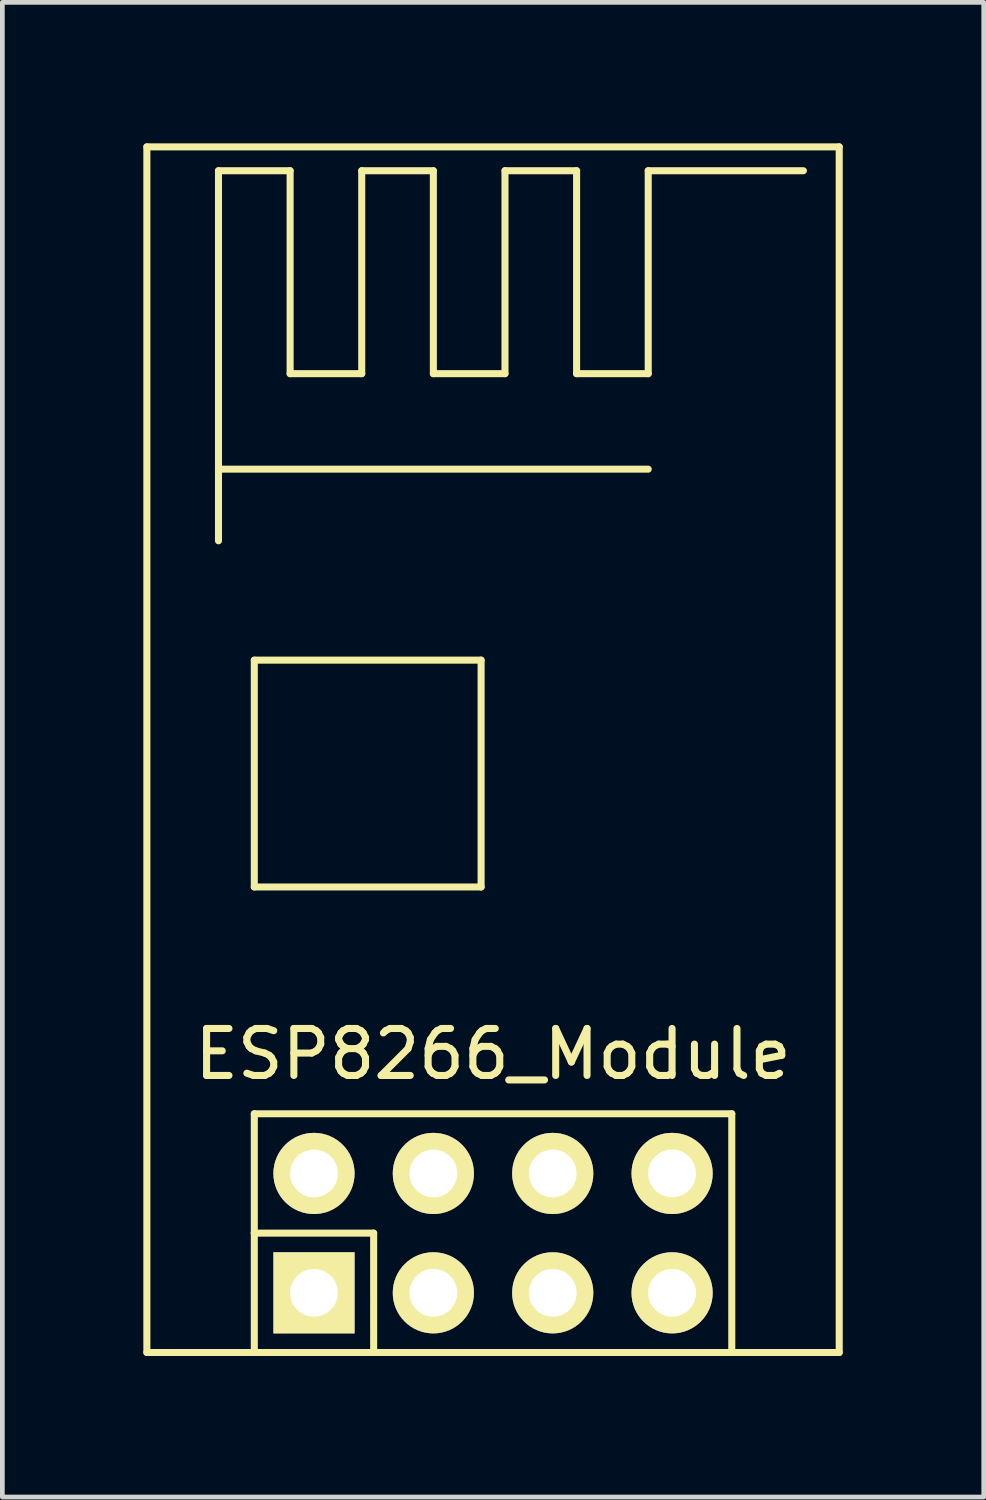
<source format=kicad_pcb>
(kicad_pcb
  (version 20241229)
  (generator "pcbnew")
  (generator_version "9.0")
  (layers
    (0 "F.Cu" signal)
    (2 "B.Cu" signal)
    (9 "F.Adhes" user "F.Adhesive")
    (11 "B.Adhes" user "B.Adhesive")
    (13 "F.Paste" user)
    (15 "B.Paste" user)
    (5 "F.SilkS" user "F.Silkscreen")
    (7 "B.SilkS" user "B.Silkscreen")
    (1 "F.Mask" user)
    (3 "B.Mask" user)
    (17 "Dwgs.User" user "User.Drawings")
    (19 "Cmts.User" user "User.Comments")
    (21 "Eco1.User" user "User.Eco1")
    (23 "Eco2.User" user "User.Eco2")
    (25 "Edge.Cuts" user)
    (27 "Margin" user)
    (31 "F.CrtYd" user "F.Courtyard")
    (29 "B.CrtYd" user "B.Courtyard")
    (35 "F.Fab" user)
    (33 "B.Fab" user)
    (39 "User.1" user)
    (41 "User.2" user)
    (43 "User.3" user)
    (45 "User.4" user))
  (footprint "ESP8266_Module"
    (layer "F.Cu")
    (at 7.441 23.189)
    (property "Reference" "ESP8266_Module" (at 0 -3.81 0) (layer "F.SilkS") (effects (font (size 1 1) (thickness 0.15))))
    (attr through_hole)
    (fp_line (start -7.366 -23.114) (end -7.366 2.54) (stroke (width 0.15) (type solid)) (layer "F.SilkS"))
    (fp_line (start -7.366 2.54) (end -5.08 2.54) (stroke (width 0.15) (type solid)) (layer "F.SilkS"))
    (fp_line (start -5.842 -22.606) (end -4.318 -22.606) (stroke (width 0.15) (type solid)) (layer "F.SilkS"))
    (fp_line (start -5.842 -16.256) (end 3.302 -16.256) (stroke (width 0.15) (type solid)) (layer "F.SilkS"))
    (fp_line (start -5.842 -14.732) (end -5.842 -22.606) (stroke (width 0.15) (type solid)) (layer "F.SilkS"))
    (fp_line (start -5.08 -12.192) (end -5.08 -7.366) (stroke (width 0.15) (type solid)) (layer "F.SilkS"))
    (fp_line (start -5.08 -7.366) (end -0.254 -7.366) (stroke (width 0.15) (type solid)) (layer "F.SilkS"))
    (fp_line (start -5.08 -2.54) (end -5.08 0) (stroke (width 0.15) (type solid)) (layer "F.SilkS"))
    (fp_line (start -5.08 0) (end -2.54 0) (stroke (width 0.15) (type solid)) (layer "F.SilkS"))
    (fp_line (start -5.08 2.54) (end -5.08 0) (stroke (width 0.15) (type solid)) (layer "F.SilkS"))
    (fp_line (start -5.08 2.54) (end -2.54 2.54) (stroke (width 0.15) (type solid)) (layer "F.SilkS"))
    (fp_line (start -4.318 -22.606) (end -4.318 -18.288) (stroke (width 0.15) (type solid)) (layer "F.SilkS"))
    (fp_line (start -4.318 -18.288) (end -2.794 -18.288) (stroke (width 0.15) (type solid)) (layer "F.SilkS"))
    (fp_line (start -2.794 -22.606) (end -1.27 -22.606) (stroke (width 0.15) (type solid)) (layer "F.SilkS"))
    (fp_line (start -2.794 -18.288) (end -2.794 -22.606) (stroke (width 0.15) (type solid)) (layer "F.SilkS"))
    (fp_line (start -2.54 0) (end -2.54 2.54) (stroke (width 0.15) (type solid)) (layer "F.SilkS"))
    (fp_line (start -2.54 2.54) (end 5.08 2.54) (stroke (width 0.15) (type solid)) (layer "F.SilkS"))
    (fp_line (start -1.27 -22.606) (end -1.27 -18.288) (stroke (width 0.15) (type solid)) (layer "F.SilkS"))
    (fp_line (start -1.27 -18.288) (end 0.254 -18.288) (stroke (width 0.15) (type solid)) (layer "F.SilkS"))
    (fp_line (start -0.254 -12.192) (end -5.08 -12.192) (stroke (width 0.15) (type solid)) (layer "F.SilkS"))
    (fp_line (start -0.254 -7.366) (end -0.254 -12.192) (stroke (width 0.15) (type solid)) (layer "F.SilkS"))
    (fp_line (start 0.254 -22.606) (end 1.778 -22.606) (stroke (width 0.15) (type solid)) (layer "F.SilkS"))
    (fp_line (start 0.254 -18.288) (end 0.254 -22.606) (stroke (width 0.15) (type solid)) (layer "F.SilkS"))
    (fp_line (start 1.778 -22.606) (end 1.778 -18.288) (stroke (width 0.15) (type solid)) (layer "F.SilkS"))
    (fp_line (start 1.778 -18.288) (end 3.302 -18.288) (stroke (width 0.15) (type solid)) (layer "F.SilkS"))
    (fp_line (start 3.302 -22.606) (end 6.604 -22.606) (stroke (width 0.15) (type solid)) (layer "F.SilkS"))
    (fp_line (start 3.302 -18.288) (end 3.302 -22.606) (stroke (width 0.15) (type solid)) (layer "F.SilkS"))
    (fp_line (start 5.08 -2.54) (end -5.08 -2.54) (stroke (width 0.15) (type solid)) (layer "F.SilkS"))
    (fp_line (start 5.08 2.54) (end 5.08 -2.54) (stroke (width 0.15) (type solid)) (layer "F.SilkS"))
    (fp_line (start 7.366 -23.114) (end -7.366 -23.114) (stroke (width 0.15) (type solid)) (layer "F.SilkS"))
    (fp_line (start 7.366 2.54) (end 5.08 2.54) (stroke (width 0.15) (type solid)) (layer "F.SilkS"))
    (fp_line (start 7.366 2.54) (end 7.366 -23.114) (stroke (width 0.15) (type solid)) (layer "F.SilkS"))
    (pad "1" thru_hole rect (at -3.81 1.27) (size 1.727 1.727) (drill 1.016) (layers "*.Cu" "*.Mask" "F.SilkS"))
    (pad "2" thru_hole oval (at -3.81 -1.27) (size 1.727 1.727) (drill 1.016) (layers "*.Cu" "*.Mask" "F.SilkS"))
    (pad "3" thru_hole oval (at -1.27 1.27) (size 1.727 1.727) (drill 1.016) (layers "*.Cu" "*.Mask" "F.SilkS"))
    (pad "4" thru_hole oval (at -1.27 -1.27) (size 1.727 1.727) (drill 1.016) (layers "*.Cu" "*.Mask" "F.SilkS"))
    (pad "5" thru_hole oval (at 1.27 1.27) (size 1.727 1.727) (drill 1.016) (layers "*.Cu" "*.Mask" "F.SilkS"))
    (pad "6" thru_hole oval (at 1.27 -1.27) (size 1.727 1.727) (drill 1.016) (layers "*.Cu" "*.Mask" "F.SilkS"))
    (pad "7" thru_hole oval (at 3.81 1.27) (size 1.727 1.727) (drill 1.016) (layers "*.Cu" "*.Mask" "F.SilkS"))
    (pad "8" thru_hole oval (at 3.81 -1.27) (size 1.727 1.727) (drill 1.016) (layers "*.Cu" "*.Mask" "F.SilkS")))
  (gr_rect
    (start -3 -3)
    (end 17.882 28.804)
    (stroke (width 0.1) (type default))
    (fill no)
    (layer "Edge.Cuts")))
</source>
